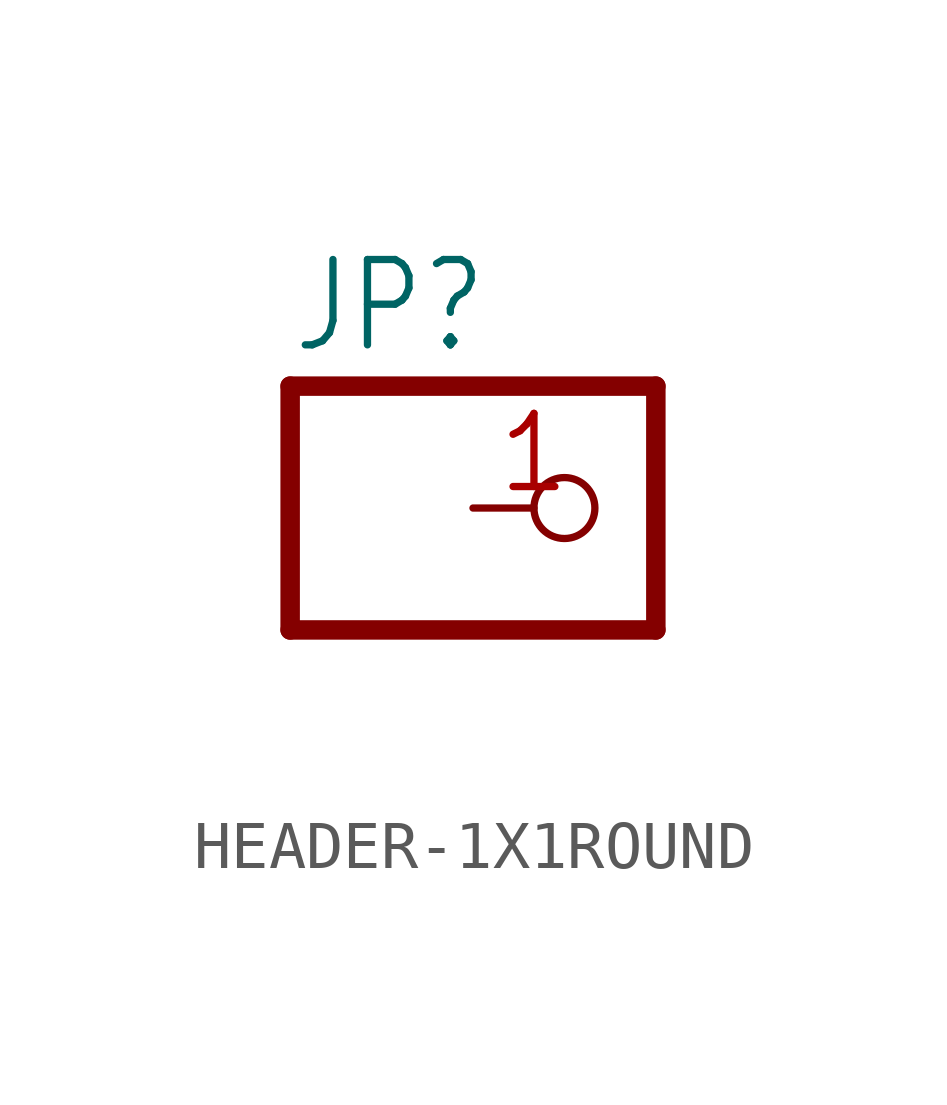
<source format=kicad_sym>
(kicad_symbol_lib
  (version 20241209)
  (generator "kicad_symbol_editor")
  (generator_version "9.0")
  (symbol "HEADER-1X1ROUND"
    (property "Reference" "JP"
      (at -6.35 3.175 0)
      (effects (font (size 1.778 1.511)) (justify left bottom)))
    (property "Value" ""
      (at -6.35 -5.08 0)
      (effects (font (size 1.778 1.511)) (justify left bottom)))
    (property "ki_locked" ""
      (at 0 0 0)
      (effects (font (size 1.27 1.27))))
    (symbol "HEADER-1X1ROUND_1_0"
      (polyline (pts (xy -6.35 2.54) (xy -6.35 -2.54)) (stroke (width 0.406) (type solid)) (fill (type none)))
      (polyline (pts (xy -6.35 -2.54) (xy 1.27 -2.54)) (stroke (width 0.406) (type solid)) (fill (type none)))
      (polyline (pts (xy 1.27 2.54) (xy -6.35 2.54)) (stroke (width 0.406) (type solid)) (fill (type none)))
      (polyline (pts (xy 1.27 -2.54) (xy 1.27 2.54)) (stroke (width 0.406) (type solid)) (fill (type none)))
      (pin passive inverted (at -2.54 0 0) (length 2.54) (name "1" (effects (font (size 0 0)))) (number "1" (effects (font (size 1.524 1.524))))))))
</source>
